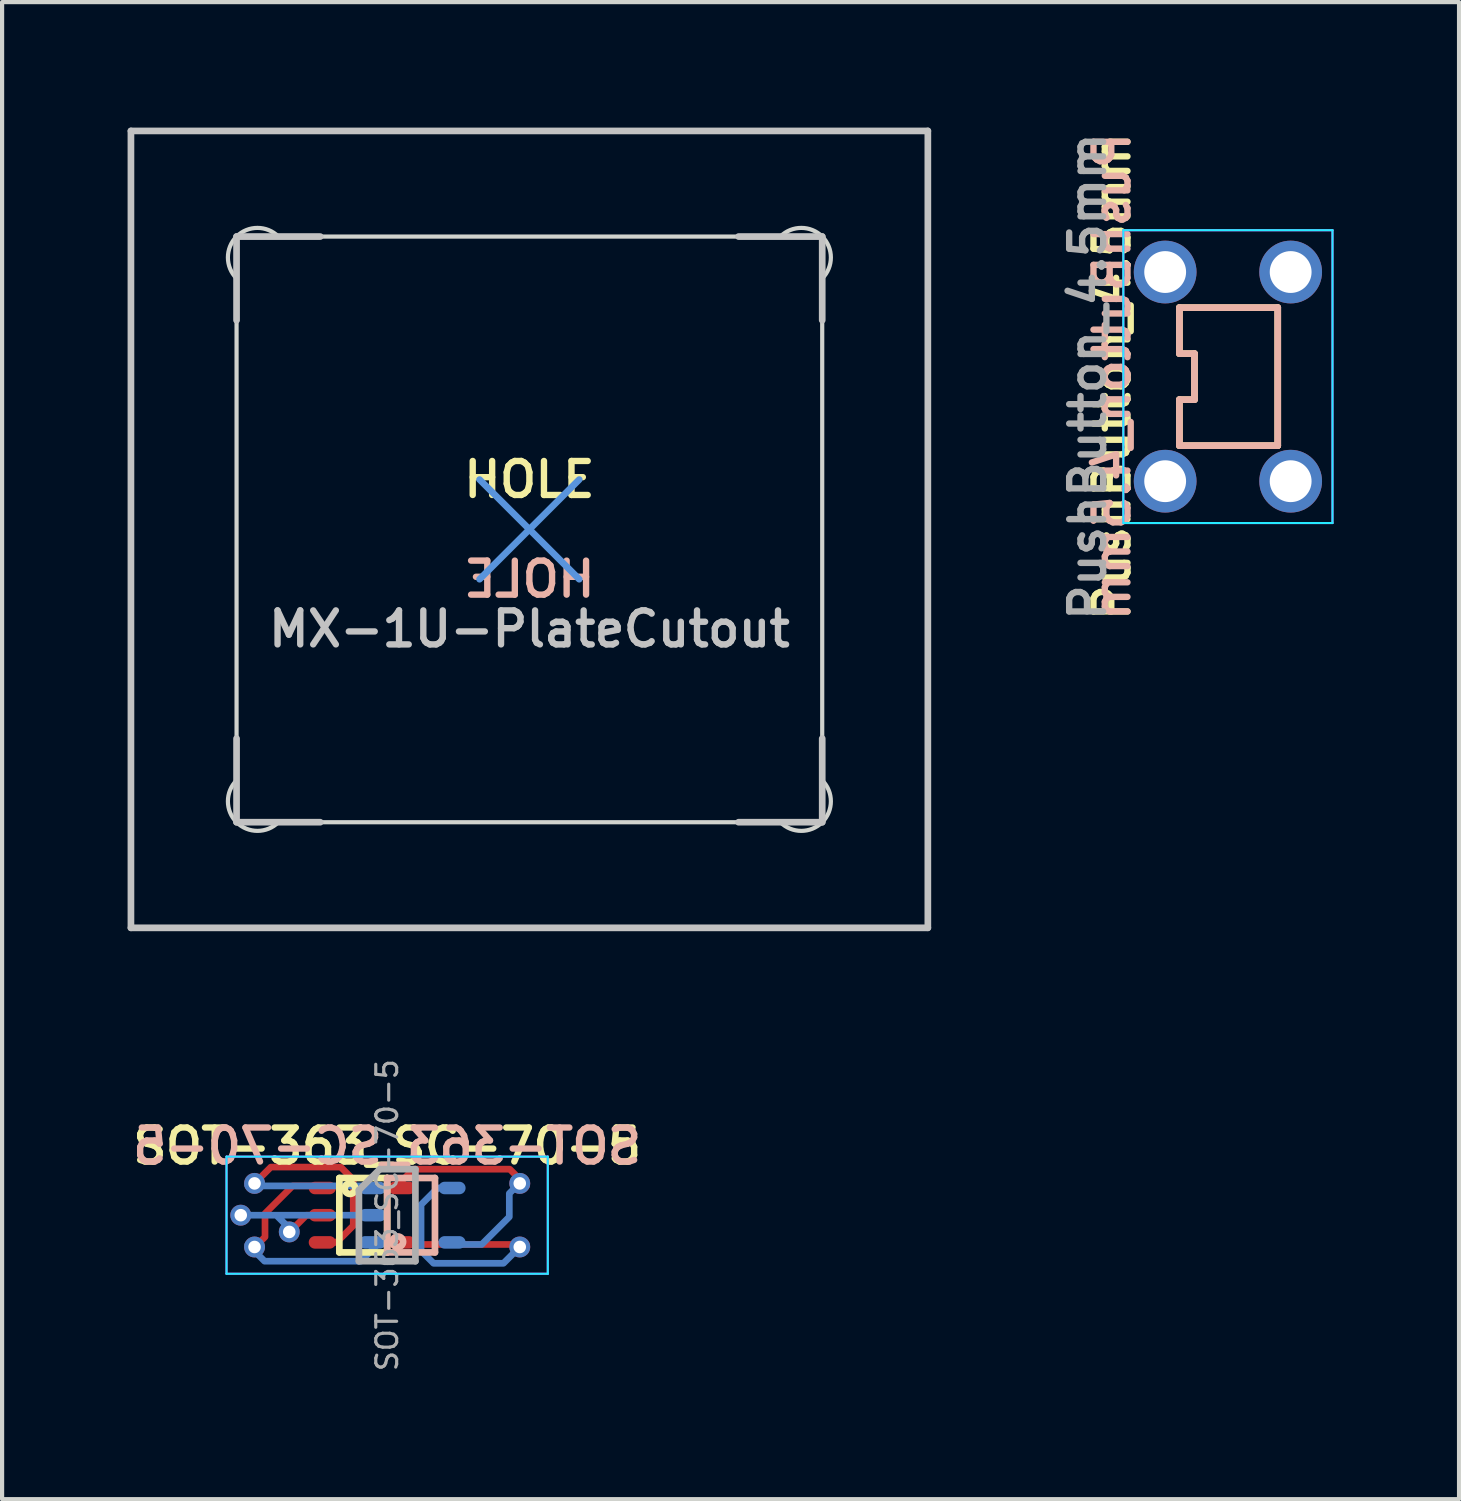
<source format=kicad_pcb>
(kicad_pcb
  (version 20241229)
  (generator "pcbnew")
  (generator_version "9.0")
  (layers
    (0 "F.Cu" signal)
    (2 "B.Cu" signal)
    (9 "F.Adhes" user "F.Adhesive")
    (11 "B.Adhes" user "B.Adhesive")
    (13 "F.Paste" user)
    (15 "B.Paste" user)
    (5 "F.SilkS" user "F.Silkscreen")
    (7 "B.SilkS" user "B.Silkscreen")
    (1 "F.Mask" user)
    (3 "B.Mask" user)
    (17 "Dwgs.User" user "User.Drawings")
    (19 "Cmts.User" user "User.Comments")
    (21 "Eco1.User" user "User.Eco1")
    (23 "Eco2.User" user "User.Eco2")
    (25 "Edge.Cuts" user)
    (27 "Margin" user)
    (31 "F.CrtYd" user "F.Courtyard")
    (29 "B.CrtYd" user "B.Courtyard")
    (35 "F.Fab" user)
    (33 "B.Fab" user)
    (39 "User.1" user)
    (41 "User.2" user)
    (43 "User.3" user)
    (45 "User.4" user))
  (footprint "MX-1U-PlateCutout"
    (layer "F.Cu")
    (at 9.605 9.605)
    (property "Reference" "MX-1U-PlateCutout" (at 0 2.381 0) (layer "Dwgs.User") (effects (font (size 0.813 0.813) (thickness 0.152))))
    (attr exclude_from_pos_files exclude_from_bom)
    (fp_line (start -9.525 -9.525) (end 9.525 -9.525) (stroke (width 0.16) (type solid)) (layer "Dwgs.User"))
    (fp_line (start -9.525 9.525) (end -9.525 -9.525) (stroke (width 0.16) (type solid)) (layer "Dwgs.User"))
    (fp_line (start -7 -7) (end -7 -5) (stroke (width 0.16) (type solid)) (layer "Dwgs.User"))
    (fp_line (start -7 5) (end -7 7) (stroke (width 0.16) (type solid)) (layer "Dwgs.User"))
    (fp_line (start -7 7) (end -5 7) (stroke (width 0.16) (type solid)) (layer "Dwgs.User"))
    (fp_line (start -5 -7) (end -7 -7) (stroke (width 0.16) (type solid)) (layer "Dwgs.User"))
    (fp_line (start 5 -7) (end 7 -7) (stroke (width 0.16) (type solid)) (layer "Dwgs.User"))
    (fp_line (start 5 7) (end 7 7) (stroke (width 0.16) (type solid)) (layer "Dwgs.User"))
    (fp_line (start 7 -7) (end 7 -5) (stroke (width 0.16) (type solid)) (layer "Dwgs.User"))
    (fp_line (start 7 7) (end 7 5) (stroke (width 0.16) (type solid)) (layer "Dwgs.User"))
    (fp_line (start 9.525 -9.525) (end 9.525 9.525) (stroke (width 0.16) (type solid)) (layer "Dwgs.User"))
    (fp_line (start 9.525 9.525) (end -9.525 9.525) (stroke (width 0.16) (type solid)) (layer "Dwgs.User"))
    (fp_line (start -1.191 -1.191) (end 1.191 1.191) (stroke (width 0.16) (type solid)) (layer "Cmts.User"))
    (fp_line (start -1.191 1.191) (end 1.191 -1.191) (stroke (width 0.16) (type solid)) (layer "Cmts.User"))
    (fp_line (start -7 6) (end -7 -6) (stroke (width 0.1) (type solid)) (layer "Edge.Cuts"))
    (fp_line (start -6 -7) (end 6 -7) (stroke (width 0.1) (type solid)) (layer "Edge.Cuts"))
    (fp_line (start 6 7) (end -6 7) (stroke (width 0.1) (type solid)) (layer "Edge.Cuts"))
    (fp_line (start 7 -6) (end 7 6) (stroke (width 0.1) (type solid)) (layer "Edge.Cuts"))
    (fp_arc (start -7 -6) (mid -7 -7) (end -6 -7) (stroke (width 0.1) (type solid)) (layer "Edge.Cuts"))
    (fp_arc (start -6 7) (mid -7 7) (end -7 6) (stroke (width 0.1) (type solid)) (layer "Edge.Cuts"))
    (fp_arc (start 6 -7) (mid 7 -7) (end 7 -6) (stroke (width 0.1) (type solid)) (layer "Edge.Cuts"))
    (fp_arc (start 7 6) (mid 7 7) (end 6 7) (stroke (width 0.1) (type solid)) (layer "Edge.Cuts"))
    (fp_text user "HOLE" (at 0 -1.191 0) (layer "F.SilkS") (effects (font (size 0.813 0.813) (thickness 0.152))))
    (fp_text user "HOLE" (at 0 1.191 0) (layer "B.SilkS") (effects (font (size 0.813 0.813) (thickness 0.152)) (justify mirror))))
  (footprint "SOT-363_SC-70-5"
    (layer "F.Cu")
    (at 6.205 25.999)
    (property "Reference" "SOT-363_SC-70-5" (at 0 -1.651 0) (layer "F.SilkS") (effects (font (size 0.813 0.813) (thickness 0.152))))
    (attr smd)
    (fp_line (start -1.143 -0.889) (end 0 -0.889) (stroke (width 0.16) (type solid)) (layer "F.SilkS"))
    (fp_line (start -1.143 0.889) (end -1.143 -0.889) (stroke (width 0.16) (type solid)) (layer "F.SilkS"))
    (fp_line (start 0 -0.889) (end 0 0.889) (stroke (width 0.16) (type solid)) (layer "F.SilkS"))
    (fp_line (start 0 0.889) (end -1.143 0.889) (stroke (width 0.16) (type solid)) (layer "F.SilkS"))
    (fp_circle (center -0.889 -0.635) (end -0.762 -0.635) (stroke (width 0.16) (type solid)) (fill no) (layer "F.SilkS"))
    (fp_line (start 0 -0.889) (end 1.143 -0.889) (stroke (width 0.16) (type solid)) (layer "B.SilkS"))
    (fp_line (start 0 0.889) (end 0 -0.889) (stroke (width 0.16) (type solid)) (layer "B.SilkS"))
    (fp_line (start 1.143 -0.889) (end 1.143 0.889) (stroke (width 0.16) (type solid)) (layer "B.SilkS"))
    (fp_line (start 1.143 0.889) (end 0 0.889) (stroke (width 0.16) (type solid)) (layer "B.SilkS"))
    (fp_circle (center 0.254 0.635) (end 0.127 0.635) (stroke (width 0.16) (type solid)) (fill no) (layer "B.SilkS"))
    (fp_line (start -3.84 -1.4) (end -3.84 1.4) (stroke (width 0.05) (type solid)) (layer "B.CrtYd"))
    (fp_line (start -3.84 -1.4) (end 3.84 -1.4) (stroke (width 0.05) (type solid)) (layer "B.CrtYd"))
    (fp_line (start -3.84 1.4) (end 3.84 1.4) (stroke (width 0.05) (type solid)) (layer "B.CrtYd"))
    (fp_line (start 3.84 1.4) (end 3.84 -1.4) (stroke (width 0.05) (type solid)) (layer "B.CrtYd"))
    (fp_line (start -3.84 -1.4) (end -3.84 1.4) (stroke (width 0.05) (type solid)) (layer "F.CrtYd"))
    (fp_line (start -3.84 -1.4) (end 3.84 -1.4) (stroke (width 0.05) (type solid)) (layer "F.CrtYd"))
    (fp_line (start -3.84 1.4) (end 3.84 1.4) (stroke (width 0.05) (type solid)) (layer "F.CrtYd"))
    (fp_line (start 3.84 1.4) (end 3.84 -1.4) (stroke (width 0.05) (type solid)) (layer "F.CrtYd"))
    (fp_line (start -0.675 -0.6) (end -0.675 1.1) (stroke (width 0.16) (type solid)) (layer "F.Fab"))
    (fp_line (start -0.175 -1.1) (end -0.675 -0.6) (stroke (width 0.16) (type solid)) (layer "F.Fab"))
    (fp_line (start 0.675 -1.1) (end -0.175 -1.1) (stroke (width 0.16) (type solid)) (layer "F.Fab"))
    (fp_line (start 0.675 -1.1) (end 0.675 1.1) (stroke (width 0.16) (type solid)) (layer "F.Fab"))
    (fp_line (start 0.675 1.1) (end -0.675 1.1) (stroke (width 0.16) (type solid)) (layer "F.Fab"))
    (fp_text user "${REFERENCE}" (at 0 -1.651 0) (layer "B.SilkS") (effects (font (size 0.813 0.813) (thickness 0.152)) (justify mirror)))
    (fp_text user "${REFERENCE}" (at 0 0 90) (layer "F.Fab") (effects (font (size 0.5 0.5) (thickness 0.075))))
    (pad "1" thru_hole circle (at -3.17 0.76 180) (size 0.5 0.5) (drill 0.3) (layers "*.Cu"))
    (pad "1" smd custom (at -1.72 -0.65 180) (size 0.01 0.01) (layers "F.Cu") (options (anchor circle)) (primitives (gr_line (start 0.54 0.05) (end 1.2 -0.61) (width 0.16)) (gr_line (start -0.1 0.05) (end 0.54 0.05) (width 0.16)) (gr_line (start 1.2 -1.17) (end 1.45 -1.42) (width 0.16)) (gr_line (start 1.2 -0.61) (end 1.2 -1.17) (width 0.16))))
    (pad "1" smd oval (at -1.55 -0.65) (size 0.65 0.3) (layers "F.Cu" "F.Mask" "F.Paste"))
    (pad "1" smd oval (at -0.35 0.65) (size 0.65 0.3) (layers "B.Cu" "B.Mask" "B.Paste"))
    (pad "1" smd custom (at -0.33 0.65 180) (size 0.01 0.01) (layers "B.Cu") (options (anchor circle)) (primitives (gr_line (start 0.3 -0.45) (end -0.1 -0.05) (width 0.16)) (gr_line (start 0.3 -0.45) (end 2.6 -0.45) (width 0.16)) (gr_line (start 2.6 -0.45) (end 3 -0.05) (width 0.16))))
    (pad "2" thru_hole circle (at -3.5 0 180) (size 0.5 0.5) (drill 0.3) (layers "*.Cu"))
    (pad "2" thru_hole circle (at -2.34 0.4 180) (size 0.5 0.5) (drill 0.3) (layers "*.Cu"))
    (pad "2" smd custom (at -1.63 0 180) (size 0.01 0.01) (layers "F.Cu") (options (anchor circle)) (primitives (gr_line (start -0.1 0) (end 0.3 0) (width 0.16)) (gr_line (start 0.3 0) (end 0.7 -0.4) (width 0.16))))
    (pad "2" smd oval (at -1.55 0) (size 0.65 0.3) (layers "F.Cu" "F.Mask" "F.Paste"))
    (pad "2" smd custom (at -0.35 0 180) (size 0.01 0.01) (layers "B.Cu") (options (anchor circle)) (primitives (gr_line (start 1.9 -0.4) (end 2.3 0) (width 0.16)) (gr_line (start 3 0) (end -0.1 0) (width 0.16))))
    (pad "2" smd oval (at -0.35 0) (size 0.65 0.3) (layers "B.Cu" "B.Mask" "B.Paste"))
    (pad "3" thru_hole circle (at -3.17 -0.76 180) (size 0.5 0.5) (drill 0.3) (layers "*.Cu"))
    (pad "3" smd custom (at -1.61 0.65 180) (size 0.01 0.01) (layers "F.Cu") (options (anchor circle)) (primitives (gr_line (start 0.1 0) (end -0.4 0) (width 0.16)) (gr_line (start -0.5 1.8) (end 1.17 1.8) (width 0.16)) (gr_line (start -0.8 0.4) (end -0.8 1.5) (width 0.16)) (gr_line (start -0.8 1.5) (end -0.5 1.8) (width 0.16)) (gr_line (start 1.17 1.8) (end 1.57 1.4) (width 0.16)) (gr_line (start -0.4 0) (end -0.8 0.4) (width 0.16))))
    (pad "3" smd oval (at -1.55 0.65) (size 0.65 0.3) (layers "F.Cu" "F.Mask" "F.Paste"))
    (pad "3" smd oval (at -0.35 -0.65) (size 0.65 0.3) (layers "B.Cu" "B.Mask" "B.Paste"))
    (pad "3" smd custom (at -0.33 -0.65 180) (size 0.01 0.01) (layers "B.Cu") (options (anchor circle)) (primitives (gr_line (start 3 0.05) (end -0.1 0.05) (width 0.16))))
    (pad "4" smd custom (at 0.33 0.65) (size 0.01 0.01) (layers "F.Cu") (options (anchor circle)) (primitives (gr_line (start 3 0.05) (end -0.1 0.05) (width 0.16))))
    (pad "4" smd oval (at 0.35 0.65) (size 0.65 0.3) (layers "F.Cu" "F.Mask" "F.Paste"))
    (pad "4" smd oval (at 1.55 -0.65) (size 0.65 0.3) (layers "B.Cu" "B.Mask" "B.Paste"))
    (pad "4" smd custom (at 1.61 -0.65) (size 0.01 0.01) (layers "B.Cu") (options (anchor circle)) (primitives (gr_line (start 0.1 0) (end -0.4 0) (width 0.16)) (gr_line (start -0.5 1.8) (end 1.17 1.8) (width 0.16)) (gr_line (start -0.8 0.4) (end -0.8 1.5) (width 0.16)) (gr_line (start -0.8 1.5) (end -0.5 1.8) (width 0.16)) (gr_line (start 1.17 1.8) (end 1.57 1.4) (width 0.16)) (gr_line (start -0.4 0) (end -0.8 0.4) (width 0.16))))
    (pad "4" thru_hole circle (at 3.17 0.76) (size 0.5 0.5) (drill 0.3) (layers "*.Cu"))
    (pad "5" smd custom (at 0.33 -0.65) (size 0.01 0.01) (layers "F.Cu") (options (anchor circle)) (primitives (gr_line (start 0.3 -0.45) (end -0.1 -0.05) (width 0.16)) (gr_line (start 0.3 -0.45) (end 2.6 -0.45) (width 0.16)) (gr_line (start 2.6 -0.45) (end 3 -0.05) (width 0.16))))
    (pad "5" smd oval (at 0.35 -0.65) (size 0.65 0.3) (layers "F.Cu" "F.Mask" "F.Paste"))
    (pad "5" smd oval (at 1.55 0.65) (size 0.65 0.3) (layers "B.Cu" "B.Mask" "B.Paste"))
    (pad "5" smd custom (at 1.72 0.65) (size 0.01 0.01) (layers "B.Cu") (options (anchor circle)) (primitives (gr_line (start 0.54 0.05) (end 1.2 -0.61) (width 0.16)) (gr_line (start -0.1 0.05) (end 0.54 0.05) (width 0.16)) (gr_line (start 1.2 -1.17) (end 1.45 -1.42) (width 0.16)) (gr_line (start 1.2 -0.61) (end 1.2 -1.17) (width 0.16))))
    (pad "5" thru_hole circle (at 3.17 -0.76) (size 0.5 0.5) (drill 0.3) (layers "*.Cu")))
  (footprint "PushButton_4.5mm"
    (layer "F.Cu")
    (at 26.303 5.953)
    (property "Reference" "PushButton_4.5mm" (at -3.35 0 90) (layer "F.Fab") (effects (font (size 0.813 0.813) (thickness 0.152))))
    (property "Value" "PushButton_4.5mm" (at 0 0 0) (layer "F.Fab") (hide yes) (effects (font (size 0.813 0.813) (thickness 0.152))))
    (attr through_hole)
    (fp_line (start -1.159 -1.65) (end -1.159 -0.55) (stroke (width 0.16) (type solid)) (layer "F.SilkS"))
    (fp_line (start -1.159 -0.55) (end -0.799 -0.55) (stroke (width 0.16) (type solid)) (layer "F.SilkS"))
    (fp_line (start -1.159 0.55) (end -1.159 1.65) (stroke (width 0.16) (type solid)) (layer "F.SilkS"))
    (fp_line (start -1.159 1.65) (end 1.191 1.65) (stroke (width 0.16) (type solid)) (layer "F.SilkS"))
    (fp_line (start -0.799 -0.55) (end -0.799 0.55) (stroke (width 0.16) (type solid)) (layer "F.SilkS"))
    (fp_line (start -0.799 0.55) (end -1.159 0.55) (stroke (width 0.16) (type solid)) (layer "F.SilkS"))
    (fp_line (start 1.191 -1.65) (end -1.159 -1.65) (stroke (width 0.16) (type solid)) (layer "F.SilkS"))
    (fp_line (start 1.191 1.65) (end 1.191 -1.65) (stroke (width 0.16) (type solid)) (layer "F.SilkS"))
    (fp_line (start -1.159 -1.65) (end -1.159 -0.55) (stroke (width 0.16) (type solid)) (layer "B.SilkS"))
    (fp_line (start -1.159 -0.55) (end -0.799 -0.55) (stroke (width 0.16) (type solid)) (layer "B.SilkS"))
    (fp_line (start -1.159 0.55) (end -1.159 1.65) (stroke (width 0.16) (type solid)) (layer "B.SilkS"))
    (fp_line (start -1.159 1.65) (end 1.191 1.65) (stroke (width 0.16) (type solid)) (layer "B.SilkS"))
    (fp_line (start -0.799 -0.55) (end -0.799 0.55) (stroke (width 0.16) (type solid)) (layer "B.SilkS"))
    (fp_line (start -0.799 0.55) (end -1.159 0.55) (stroke (width 0.16) (type solid)) (layer "B.SilkS"))
    (fp_line (start 1.191 -1.65) (end -1.159 -1.65) (stroke (width 0.16) (type solid)) (layer "B.SilkS"))
    (fp_line (start 1.191 1.65) (end 1.191 -1.65) (stroke (width 0.16) (type solid)) (layer "B.SilkS"))
    (fp_line (start -2.5 -3.5) (end 2.5 -3.5) (stroke (width 0.05) (type solid)) (layer "B.CrtYd"))
    (fp_line (start -2.5 3.5) (end -2.5 -3.5) (stroke (width 0.05) (type solid)) (layer "B.CrtYd"))
    (fp_line (start 2.5 -3.5) (end 2.5 3.5) (stroke (width 0.05) (type solid)) (layer "B.CrtYd"))
    (fp_line (start 2.5 3.5) (end -2.5 3.5) (stroke (width 0.05) (type solid)) (layer "B.CrtYd"))
    (fp_line (start -2.5 -3.5) (end 2.5 -3.5) (stroke (width 0.05) (type solid)) (layer "F.CrtYd"))
    (fp_line (start -2.5 3.5) (end -2.5 -3.5) (stroke (width 0.05) (type solid)) (layer "F.CrtYd"))
    (fp_line (start 2.5 -3.5) (end 2.5 3.5) (stroke (width 0.05) (type solid)) (layer "F.CrtYd"))
    (fp_line (start 2.5 3.5) (end -2.5 3.5) (stroke (width 0.05) (type solid)) (layer "F.CrtYd"))
    (fp_text user "${VALUE}" (at -2.769 0 90) (layer "F.SilkS") (effects (font (size 0.813 0.813) (thickness 0.152))))
    (fp_text user "${VALUE}" (at -2.769 0 90) (layer "B.SilkS") (effects (font (size 0.813 0.813) (thickness 0.152)) (justify mirror)))
    (pad "1" thru_hole circle (at -1.5 -2.5) (size 1.5 1.5) (drill 1) (layers "*.Cu" "*.Mask"))
    (pad "1" thru_hole circle (at -1.5 2.5) (size 1.5 1.5) (drill 1) (layers "*.Cu" "*.Mask"))
    (pad "2" thru_hole circle (at 1.5 -2.5) (size 1.5 1.5) (drill 1) (layers "*.Cu" "*.Mask"))
    (pad "2" thru_hole circle (at 1.5 2.5) (size 1.5 1.5) (drill 1) (layers "*.Cu" "*.Mask")))
  (gr_rect
    (start -3 -3)
    (end 31.828 32.787)
    (stroke (width 0.1) (type default))
    (fill no)
    (layer "Edge.Cuts")))
</source>
